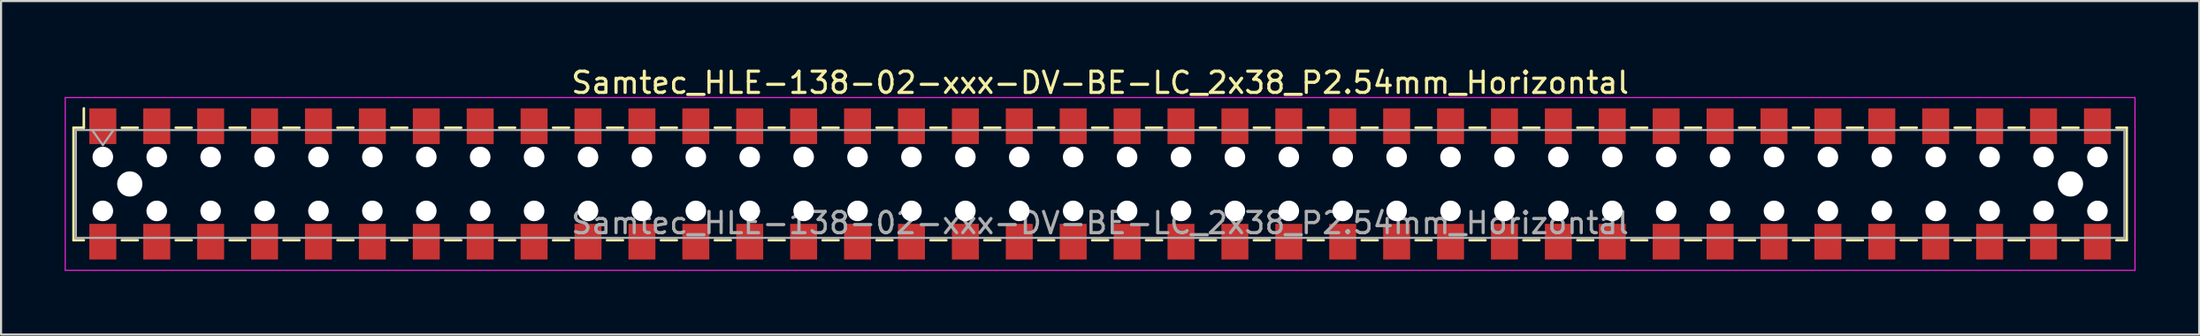
<source format=kicad_pcb>
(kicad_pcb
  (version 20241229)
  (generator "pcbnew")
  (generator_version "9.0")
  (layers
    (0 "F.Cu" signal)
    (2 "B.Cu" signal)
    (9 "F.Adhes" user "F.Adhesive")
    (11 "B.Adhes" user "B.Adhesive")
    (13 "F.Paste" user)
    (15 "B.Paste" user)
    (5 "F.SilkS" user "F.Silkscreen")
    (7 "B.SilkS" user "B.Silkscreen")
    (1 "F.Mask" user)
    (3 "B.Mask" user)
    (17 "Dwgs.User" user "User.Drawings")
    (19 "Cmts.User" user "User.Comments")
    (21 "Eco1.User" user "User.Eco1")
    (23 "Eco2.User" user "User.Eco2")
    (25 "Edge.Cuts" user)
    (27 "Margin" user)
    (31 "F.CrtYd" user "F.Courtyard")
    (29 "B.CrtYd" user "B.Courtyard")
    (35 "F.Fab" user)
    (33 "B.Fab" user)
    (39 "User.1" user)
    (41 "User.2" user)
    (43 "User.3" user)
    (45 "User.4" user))
  (footprint "Samtec_HLE-138-02-xxx-DV-BE-LC_2x38_P2.54mm_Horizontal"
    (layer "F.Cu")
    (at 48.785 5.618)
    (property "Reference" "Samtec_HLE-138-02-xxx-DV-BE-LC_2x38_P2.54mm_Horizontal" (at 0 -4.77 0) (layer "F.SilkS") (effects (font (size 1 1) (thickness 0.15))))
    (attr smd)
    (fp_line (start -48.37 -2.65) (end -48.37 2.65) (stroke (width 0.12) (type solid)) (layer "F.SilkS"))
    (fp_line (start -48.37 2.65) (end -47.885 2.65) (stroke (width 0.12) (type solid)) (layer "F.SilkS"))
    (fp_line (start -47.885 -3.56) (end -47.885 -2.65) (stroke (width 0.12) (type solid)) (layer "F.SilkS"))
    (fp_line (start -47.885 -2.65) (end -48.37 -2.65) (stroke (width 0.12) (type solid)) (layer "F.SilkS"))
    (fp_line (start -46.095 -2.65) (end -45.345 -2.65) (stroke (width 0.12) (type solid)) (layer "F.SilkS"))
    (fp_line (start -46.095 2.65) (end -45.345 2.65) (stroke (width 0.12) (type solid)) (layer "F.SilkS"))
    (fp_line (start -43.555 -2.65) (end -42.805 -2.65) (stroke (width 0.12) (type solid)) (layer "F.SilkS"))
    (fp_line (start -43.555 2.65) (end -42.805 2.65) (stroke (width 0.12) (type solid)) (layer "F.SilkS"))
    (fp_line (start -41.015 -2.65) (end -40.265 -2.65) (stroke (width 0.12) (type solid)) (layer "F.SilkS"))
    (fp_line (start -41.015 2.65) (end -40.265 2.65) (stroke (width 0.12) (type solid)) (layer "F.SilkS"))
    (fp_line (start -38.475 -2.65) (end -37.725 -2.65) (stroke (width 0.12) (type solid)) (layer "F.SilkS"))
    (fp_line (start -38.475 2.65) (end -37.725 2.65) (stroke (width 0.12) (type solid)) (layer "F.SilkS"))
    (fp_line (start -35.935 -2.65) (end -35.185 -2.65) (stroke (width 0.12) (type solid)) (layer "F.SilkS"))
    (fp_line (start -35.935 2.65) (end -35.185 2.65) (stroke (width 0.12) (type solid)) (layer "F.SilkS"))
    (fp_line (start -33.395 -2.65) (end -32.645 -2.65) (stroke (width 0.12) (type solid)) (layer "F.SilkS"))
    (fp_line (start -33.395 2.65) (end -32.645 2.65) (stroke (width 0.12) (type solid)) (layer "F.SilkS"))
    (fp_line (start -30.855 -2.65) (end -30.105 -2.65) (stroke (width 0.12) (type solid)) (layer "F.SilkS"))
    (fp_line (start -30.855 2.65) (end -30.105 2.65) (stroke (width 0.12) (type solid)) (layer "F.SilkS"))
    (fp_line (start -28.315 -2.65) (end -27.565 -2.65) (stroke (width 0.12) (type solid)) (layer "F.SilkS"))
    (fp_line (start -28.315 2.65) (end -27.565 2.65) (stroke (width 0.12) (type solid)) (layer "F.SilkS"))
    (fp_line (start -25.775 -2.65) (end -25.025 -2.65) (stroke (width 0.12) (type solid)) (layer "F.SilkS"))
    (fp_line (start -25.775 2.65) (end -25.025 2.65) (stroke (width 0.12) (type solid)) (layer "F.SilkS"))
    (fp_line (start -23.235 -2.65) (end -22.485 -2.65) (stroke (width 0.12) (type solid)) (layer "F.SilkS"))
    (fp_line (start -23.235 2.65) (end -22.485 2.65) (stroke (width 0.12) (type solid)) (layer "F.SilkS"))
    (fp_line (start -20.695 -2.65) (end -19.945 -2.65) (stroke (width 0.12) (type solid)) (layer "F.SilkS"))
    (fp_line (start -20.695 2.65) (end -19.945 2.65) (stroke (width 0.12) (type solid)) (layer "F.SilkS"))
    (fp_line (start -18.155 -2.65) (end -17.405 -2.65) (stroke (width 0.12) (type solid)) (layer "F.SilkS"))
    (fp_line (start -18.155 2.65) (end -17.405 2.65) (stroke (width 0.12) (type solid)) (layer "F.SilkS"))
    (fp_line (start -15.615 -2.65) (end -14.865 -2.65) (stroke (width 0.12) (type solid)) (layer "F.SilkS"))
    (fp_line (start -15.615 2.65) (end -14.865 2.65) (stroke (width 0.12) (type solid)) (layer "F.SilkS"))
    (fp_line (start -13.075 -2.65) (end -12.325 -2.65) (stroke (width 0.12) (type solid)) (layer "F.SilkS"))
    (fp_line (start -13.075 2.65) (end -12.325 2.65) (stroke (width 0.12) (type solid)) (layer "F.SilkS"))
    (fp_line (start -10.535 -2.65) (end -9.785 -2.65) (stroke (width 0.12) (type solid)) (layer "F.SilkS"))
    (fp_line (start -10.535 2.65) (end -9.785 2.65) (stroke (width 0.12) (type solid)) (layer "F.SilkS"))
    (fp_line (start -7.995 -2.65) (end -7.245 -2.65) (stroke (width 0.12) (type solid)) (layer "F.SilkS"))
    (fp_line (start -7.995 2.65) (end -7.245 2.65) (stroke (width 0.12) (type solid)) (layer "F.SilkS"))
    (fp_line (start -5.455 -2.65) (end -4.705 -2.65) (stroke (width 0.12) (type solid)) (layer "F.SilkS"))
    (fp_line (start -5.455 2.65) (end -4.705 2.65) (stroke (width 0.12) (type solid)) (layer "F.SilkS"))
    (fp_line (start -2.915 -2.65) (end -2.165 -2.65) (stroke (width 0.12) (type solid)) (layer "F.SilkS"))
    (fp_line (start -2.915 2.65) (end -2.165 2.65) (stroke (width 0.12) (type solid)) (layer "F.SilkS"))
    (fp_line (start -0.375 -2.65) (end 0.375 -2.65) (stroke (width 0.12) (type solid)) (layer "F.SilkS"))
    (fp_line (start -0.375 2.65) (end 0.375 2.65) (stroke (width 0.12) (type solid)) (layer "F.SilkS"))
    (fp_line (start 2.165 -2.65) (end 2.915 -2.65) (stroke (width 0.12) (type solid)) (layer "F.SilkS"))
    (fp_line (start 2.165 2.65) (end 2.915 2.65) (stroke (width 0.12) (type solid)) (layer "F.SilkS"))
    (fp_line (start 4.705 -2.65) (end 5.455 -2.65) (stroke (width 0.12) (type solid)) (layer "F.SilkS"))
    (fp_line (start 4.705 2.65) (end 5.455 2.65) (stroke (width 0.12) (type solid)) (layer "F.SilkS"))
    (fp_line (start 7.245 -2.65) (end 7.995 -2.65) (stroke (width 0.12) (type solid)) (layer "F.SilkS"))
    (fp_line (start 7.245 2.65) (end 7.995 2.65) (stroke (width 0.12) (type solid)) (layer "F.SilkS"))
    (fp_line (start 9.785 -2.65) (end 10.535 -2.65) (stroke (width 0.12) (type solid)) (layer "F.SilkS"))
    (fp_line (start 9.785 2.65) (end 10.535 2.65) (stroke (width 0.12) (type solid)) (layer "F.SilkS"))
    (fp_line (start 12.325 -2.65) (end 13.075 -2.65) (stroke (width 0.12) (type solid)) (layer "F.SilkS"))
    (fp_line (start 12.325 2.65) (end 13.075 2.65) (stroke (width 0.12) (type solid)) (layer "F.SilkS"))
    (fp_line (start 14.865 -2.65) (end 15.615 -2.65) (stroke (width 0.12) (type solid)) (layer "F.SilkS"))
    (fp_line (start 14.865 2.65) (end 15.615 2.65) (stroke (width 0.12) (type solid)) (layer "F.SilkS"))
    (fp_line (start 17.405 -2.65) (end 18.155 -2.65) (stroke (width 0.12) (type solid)) (layer "F.SilkS"))
    (fp_line (start 17.405 2.65) (end 18.155 2.65) (stroke (width 0.12) (type solid)) (layer "F.SilkS"))
    (fp_line (start 19.945 -2.65) (end 20.695 -2.65) (stroke (width 0.12) (type solid)) (layer "F.SilkS"))
    (fp_line (start 19.945 2.65) (end 20.695 2.65) (stroke (width 0.12) (type solid)) (layer "F.SilkS"))
    (fp_line (start 22.485 -2.65) (end 23.235 -2.65) (stroke (width 0.12) (type solid)) (layer "F.SilkS"))
    (fp_line (start 22.485 2.65) (end 23.235 2.65) (stroke (width 0.12) (type solid)) (layer "F.SilkS"))
    (fp_line (start 25.025 -2.65) (end 25.775 -2.65) (stroke (width 0.12) (type solid)) (layer "F.SilkS"))
    (fp_line (start 25.025 2.65) (end 25.775 2.65) (stroke (width 0.12) (type solid)) (layer "F.SilkS"))
    (fp_line (start 27.565 -2.65) (end 28.315 -2.65) (stroke (width 0.12) (type solid)) (layer "F.SilkS"))
    (fp_line (start 27.565 2.65) (end 28.315 2.65) (stroke (width 0.12) (type solid)) (layer "F.SilkS"))
    (fp_line (start 30.105 -2.65) (end 30.855 -2.65) (stroke (width 0.12) (type solid)) (layer "F.SilkS"))
    (fp_line (start 30.105 2.65) (end 30.855 2.65) (stroke (width 0.12) (type solid)) (layer "F.SilkS"))
    (fp_line (start 32.645 -2.65) (end 33.395 -2.65) (stroke (width 0.12) (type solid)) (layer "F.SilkS"))
    (fp_line (start 32.645 2.65) (end 33.395 2.65) (stroke (width 0.12) (type solid)) (layer "F.SilkS"))
    (fp_line (start 35.185 -2.65) (end 35.935 -2.65) (stroke (width 0.12) (type solid)) (layer "F.SilkS"))
    (fp_line (start 35.185 2.65) (end 35.935 2.65) (stroke (width 0.12) (type solid)) (layer "F.SilkS"))
    (fp_line (start 37.725 -2.65) (end 38.475 -2.65) (stroke (width 0.12) (type solid)) (layer "F.SilkS"))
    (fp_line (start 37.725 2.65) (end 38.475 2.65) (stroke (width 0.12) (type solid)) (layer "F.SilkS"))
    (fp_line (start 40.265 -2.65) (end 41.015 -2.65) (stroke (width 0.12) (type solid)) (layer "F.SilkS"))
    (fp_line (start 40.265 2.65) (end 41.015 2.65) (stroke (width 0.12) (type solid)) (layer "F.SilkS"))
    (fp_line (start 42.805 -2.65) (end 43.555 -2.65) (stroke (width 0.12) (type solid)) (layer "F.SilkS"))
    (fp_line (start 42.805 2.65) (end 43.555 2.65) (stroke (width 0.12) (type solid)) (layer "F.SilkS"))
    (fp_line (start 45.345 -2.65) (end 46.095 -2.65) (stroke (width 0.12) (type solid)) (layer "F.SilkS"))
    (fp_line (start 45.345 2.65) (end 46.095 2.65) (stroke (width 0.12) (type solid)) (layer "F.SilkS"))
    (fp_line (start 47.885 -2.65) (end 48.37 -2.65) (stroke (width 0.12) (type solid)) (layer "F.SilkS"))
    (fp_line (start 48.37 -2.65) (end 48.37 2.65) (stroke (width 0.12) (type solid)) (layer "F.SilkS"))
    (fp_line (start 48.37 2.65) (end 47.885 2.65) (stroke (width 0.12) (type solid)) (layer "F.SilkS"))
    (fp_line (start -48.76 -4.07) (end 48.76 -4.07) (stroke (width 0.05) (type solid)) (layer "F.CrtYd"))
    (fp_line (start -48.76 4.07) (end -48.76 -4.07) (stroke (width 0.05) (type solid)) (layer "F.CrtYd"))
    (fp_line (start 48.76 -4.07) (end 48.76 4.07) (stroke (width 0.05) (type solid)) (layer "F.CrtYd"))
    (fp_line (start 48.76 4.07) (end -48.76 4.07) (stroke (width 0.05) (type solid)) (layer "F.CrtYd"))
    (fp_line (start -48.26 -2.54) (end 48.26 -2.54) (stroke (width 0.1) (type solid)) (layer "F.Fab"))
    (fp_line (start -48.26 2.54) (end -48.26 -2.54) (stroke (width 0.1) (type solid)) (layer "F.Fab"))
    (fp_line (start -47.49 -2.54) (end -46.99 -1.833) (stroke (width 0.1) (type solid)) (layer "F.Fab"))
    (fp_line (start -46.99 -1.833) (end -46.49 -2.54) (stroke (width 0.1) (type solid)) (layer "F.Fab"))
    (fp_line (start 48.26 -2.54) (end 48.26 2.54) (stroke (width 0.1) (type solid)) (layer "F.Fab"))
    (fp_line (start 48.26 2.54) (end -48.26 2.54) (stroke (width 0.1) (type solid)) (layer "F.Fab"))
    (fp_text user "${REFERENCE}" (at 0 1.84 0) (layer "F.Fab") (effects (font (size 1 1) (thickness 0.15))))
    (pad "" np_thru_hole circle (at -46.99 -1.27) (size 0.97 0.97) (drill 0.97) (layers "*.Cu" "*.Mask"))
    (pad "" np_thru_hole circle (at -46.99 1.27) (size 0.97 0.97) (drill 0.97) (layers "*.Cu" "*.Mask"))
    (pad "" np_thru_hole circle (at -45.72 0) (size 1.19 1.19) (drill 1.19) (layers "*.Cu" "*.Mask"))
    (pad "" np_thru_hole circle (at -44.45 -1.27) (size 0.97 0.97) (drill 0.97) (layers "*.Cu" "*.Mask"))
    (pad "" np_thru_hole circle (at -44.45 1.27) (size 0.97 0.97) (drill 0.97) (layers "*.Cu" "*.Mask"))
    (pad "" np_thru_hole circle (at -41.91 -1.27) (size 0.97 0.97) (drill 0.97) (layers "*.Cu" "*.Mask"))
    (pad "" np_thru_hole circle (at -41.91 1.27) (size 0.97 0.97) (drill 0.97) (layers "*.Cu" "*.Mask"))
    (pad "" np_thru_hole circle (at -39.37 -1.27) (size 0.97 0.97) (drill 0.97) (layers "*.Cu" "*.Mask"))
    (pad "" np_thru_hole circle (at -39.37 1.27) (size 0.97 0.97) (drill 0.97) (layers "*.Cu" "*.Mask"))
    (pad "" np_thru_hole circle (at -36.83 -1.27) (size 0.97 0.97) (drill 0.97) (layers "*.Cu" "*.Mask"))
    (pad "" np_thru_hole circle (at -36.83 1.27) (size 0.97 0.97) (drill 0.97) (layers "*.Cu" "*.Mask"))
    (pad "" np_thru_hole circle (at -34.29 -1.27) (size 0.97 0.97) (drill 0.97) (layers "*.Cu" "*.Mask"))
    (pad "" np_thru_hole circle (at -34.29 1.27) (size 0.97 0.97) (drill 0.97) (layers "*.Cu" "*.Mask"))
    (pad "" np_thru_hole circle (at -31.75 -1.27) (size 0.97 0.97) (drill 0.97) (layers "*.Cu" "*.Mask"))
    (pad "" np_thru_hole circle (at -31.75 1.27) (size 0.97 0.97) (drill 0.97) (layers "*.Cu" "*.Mask"))
    (pad "" np_thru_hole circle (at -29.21 -1.27) (size 0.97 0.97) (drill 0.97) (layers "*.Cu" "*.Mask"))
    (pad "" np_thru_hole circle (at -29.21 1.27) (size 0.97 0.97) (drill 0.97) (layers "*.Cu" "*.Mask"))
    (pad "" np_thru_hole circle (at -26.67 -1.27) (size 0.97 0.97) (drill 0.97) (layers "*.Cu" "*.Mask"))
    (pad "" np_thru_hole circle (at -26.67 1.27) (size 0.97 0.97) (drill 0.97) (layers "*.Cu" "*.Mask"))
    (pad "" np_thru_hole circle (at -24.13 -1.27) (size 0.97 0.97) (drill 0.97) (layers "*.Cu" "*.Mask"))
    (pad "" np_thru_hole circle (at -24.13 1.27) (size 0.97 0.97) (drill 0.97) (layers "*.Cu" "*.Mask"))
    (pad "" np_thru_hole circle (at -21.59 -1.27) (size 0.97 0.97) (drill 0.97) (layers "*.Cu" "*.Mask"))
    (pad "" np_thru_hole circle (at -21.59 1.27) (size 0.97 0.97) (drill 0.97) (layers "*.Cu" "*.Mask"))
    (pad "" np_thru_hole circle (at -19.05 -1.27) (size 0.97 0.97) (drill 0.97) (layers "*.Cu" "*.Mask"))
    (pad "" np_thru_hole circle (at -19.05 1.27) (size 0.97 0.97) (drill 0.97) (layers "*.Cu" "*.Mask"))
    (pad "" np_thru_hole circle (at -16.51 -1.27) (size 0.97 0.97) (drill 0.97) (layers "*.Cu" "*.Mask"))
    (pad "" np_thru_hole circle (at -16.51 1.27) (size 0.97 0.97) (drill 0.97) (layers "*.Cu" "*.Mask"))
    (pad "" np_thru_hole circle (at -13.97 -1.27) (size 0.97 0.97) (drill 0.97) (layers "*.Cu" "*.Mask"))
    (pad "" np_thru_hole circle (at -13.97 1.27) (size 0.97 0.97) (drill 0.97) (layers "*.Cu" "*.Mask"))
    (pad "" np_thru_hole circle (at -11.43 -1.27) (size 0.97 0.97) (drill 0.97) (layers "*.Cu" "*.Mask"))
    (pad "" np_thru_hole circle (at -11.43 1.27) (size 0.97 0.97) (drill 0.97) (layers "*.Cu" "*.Mask"))
    (pad "" np_thru_hole circle (at -8.89 -1.27) (size 0.97 0.97) (drill 0.97) (layers "*.Cu" "*.Mask"))
    (pad "" np_thru_hole circle (at -8.89 1.27) (size 0.97 0.97) (drill 0.97) (layers "*.Cu" "*.Mask"))
    (pad "" np_thru_hole circle (at -6.35 -1.27) (size 0.97 0.97) (drill 0.97) (layers "*.Cu" "*.Mask"))
    (pad "" np_thru_hole circle (at -6.35 1.27) (size 0.97 0.97) (drill 0.97) (layers "*.Cu" "*.Mask"))
    (pad "" np_thru_hole circle (at -3.81 -1.27) (size 0.97 0.97) (drill 0.97) (layers "*.Cu" "*.Mask"))
    (pad "" np_thru_hole circle (at -3.81 1.27) (size 0.97 0.97) (drill 0.97) (layers "*.Cu" "*.Mask"))
    (pad "" np_thru_hole circle (at -1.27 -1.27) (size 0.97 0.97) (drill 0.97) (layers "*.Cu" "*.Mask"))
    (pad "" np_thru_hole circle (at -1.27 1.27) (size 0.97 0.97) (drill 0.97) (layers "*.Cu" "*.Mask"))
    (pad "" np_thru_hole circle (at 1.27 -1.27) (size 0.97 0.97) (drill 0.97) (layers "*.Cu" "*.Mask"))
    (pad "" np_thru_hole circle (at 1.27 1.27) (size 0.97 0.97) (drill 0.97) (layers "*.Cu" "*.Mask"))
    (pad "" np_thru_hole circle (at 3.81 -1.27) (size 0.97 0.97) (drill 0.97) (layers "*.Cu" "*.Mask"))
    (pad "" np_thru_hole circle (at 3.81 1.27) (size 0.97 0.97) (drill 0.97) (layers "*.Cu" "*.Mask"))
    (pad "" np_thru_hole circle (at 6.35 -1.27) (size 0.97 0.97) (drill 0.97) (layers "*.Cu" "*.Mask"))
    (pad "" np_thru_hole circle (at 6.35 1.27) (size 0.97 0.97) (drill 0.97) (layers "*.Cu" "*.Mask"))
    (pad "" np_thru_hole circle (at 8.89 -1.27) (size 0.97 0.97) (drill 0.97) (layers "*.Cu" "*.Mask"))
    (pad "" np_thru_hole circle (at 8.89 1.27) (size 0.97 0.97) (drill 0.97) (layers "*.Cu" "*.Mask"))
    (pad "" np_thru_hole circle (at 11.43 -1.27) (size 0.97 0.97) (drill 0.97) (layers "*.Cu" "*.Mask"))
    (pad "" np_thru_hole circle (at 11.43 1.27) (size 0.97 0.97) (drill 0.97) (layers "*.Cu" "*.Mask"))
    (pad "" np_thru_hole circle (at 13.97 -1.27) (size 0.97 0.97) (drill 0.97) (layers "*.Cu" "*.Mask"))
    (pad "" np_thru_hole circle (at 13.97 1.27) (size 0.97 0.97) (drill 0.97) (layers "*.Cu" "*.Mask"))
    (pad "" np_thru_hole circle (at 16.51 -1.27) (size 0.97 0.97) (drill 0.97) (layers "*.Cu" "*.Mask"))
    (pad "" np_thru_hole circle (at 16.51 1.27) (size 0.97 0.97) (drill 0.97) (layers "*.Cu" "*.Mask"))
    (pad "" np_thru_hole circle (at 19.05 -1.27) (size 0.97 0.97) (drill 0.97) (layers "*.Cu" "*.Mask"))
    (pad "" np_thru_hole circle (at 19.05 1.27) (size 0.97 0.97) (drill 0.97) (layers "*.Cu" "*.Mask"))
    (pad "" np_thru_hole circle (at 21.59 -1.27) (size 0.97 0.97) (drill 0.97) (layers "*.Cu" "*.Mask"))
    (pad "" np_thru_hole circle (at 21.59 1.27) (size 0.97 0.97) (drill 0.97) (layers "*.Cu" "*.Mask"))
    (pad "" np_thru_hole circle (at 24.13 -1.27) (size 0.97 0.97) (drill 0.97) (layers "*.Cu" "*.Mask"))
    (pad "" np_thru_hole circle (at 24.13 1.27) (size 0.97 0.97) (drill 0.97) (layers "*.Cu" "*.Mask"))
    (pad "" np_thru_hole circle (at 26.67 -1.27) (size 0.97 0.97) (drill 0.97) (layers "*.Cu" "*.Mask"))
    (pad "" np_thru_hole circle (at 26.67 1.27) (size 0.97 0.97) (drill 0.97) (layers "*.Cu" "*.Mask"))
    (pad "" np_thru_hole circle (at 29.21 -1.27) (size 0.97 0.97) (drill 0.97) (layers "*.Cu" "*.Mask"))
    (pad "" np_thru_hole circle (at 29.21 1.27) (size 0.97 0.97) (drill 0.97) (layers "*.Cu" "*.Mask"))
    (pad "" np_thru_hole circle (at 31.75 -1.27) (size 0.97 0.97) (drill 0.97) (layers "*.Cu" "*.Mask"))
    (pad "" np_thru_hole circle (at 31.75 1.27) (size 0.97 0.97) (drill 0.97) (layers "*.Cu" "*.Mask"))
    (pad "" np_thru_hole circle (at 34.29 -1.27) (size 0.97 0.97) (drill 0.97) (layers "*.Cu" "*.Mask"))
    (pad "" np_thru_hole circle (at 34.29 1.27) (size 0.97 0.97) (drill 0.97) (layers "*.Cu" "*.Mask"))
    (pad "" np_thru_hole circle (at 36.83 -1.27) (size 0.97 0.97) (drill 0.97) (layers "*.Cu" "*.Mask"))
    (pad "" np_thru_hole circle (at 36.83 1.27) (size 0.97 0.97) (drill 0.97) (layers "*.Cu" "*.Mask"))
    (pad "" np_thru_hole circle (at 39.37 -1.27) (size 0.97 0.97) (drill 0.97) (layers "*.Cu" "*.Mask"))
    (pad "" np_thru_hole circle (at 39.37 1.27) (size 0.97 0.97) (drill 0.97) (layers "*.Cu" "*.Mask"))
    (pad "" np_thru_hole circle (at 41.91 -1.27) (size 0.97 0.97) (drill 0.97) (layers "*.Cu" "*.Mask"))
    (pad "" np_thru_hole circle (at 41.91 1.27) (size 0.97 0.97) (drill 0.97) (layers "*.Cu" "*.Mask"))
    (pad "" np_thru_hole circle (at 44.45 -1.27) (size 0.97 0.97) (drill 0.97) (layers "*.Cu" "*.Mask"))
    (pad "" np_thru_hole circle (at 44.45 1.27) (size 0.97 0.97) (drill 0.97) (layers "*.Cu" "*.Mask"))
    (pad "" np_thru_hole circle (at 45.72 0) (size 1.19 1.19) (drill 1.19) (layers "*.Cu" "*.Mask"))
    (pad "" np_thru_hole circle (at 46.99 -1.27) (size 0.97 0.97) (drill 0.97) (layers "*.Cu" "*.Mask"))
    (pad "" np_thru_hole circle (at 46.99 1.27) (size 0.97 0.97) (drill 0.97) (layers "*.Cu" "*.Mask"))
    (pad "1" smd rect (at -46.99 -2.72) (size 1.27 1.68) (layers "F.Cu" "F.Mask" "F.Paste"))
    (pad "2" smd rect (at -46.99 2.72) (size 1.27 1.68) (layers "F.Cu" "F.Mask" "F.Paste"))
    (pad "3" smd rect (at -44.45 -2.72) (size 1.27 1.68) (layers "F.Cu" "F.Mask" "F.Paste"))
    (pad "4" smd rect (at -44.45 2.72) (size 1.27 1.68) (layers "F.Cu" "F.Mask" "F.Paste"))
    (pad "5" smd rect (at -41.91 -2.72) (size 1.27 1.68) (layers "F.Cu" "F.Mask" "F.Paste"))
    (pad "6" smd rect (at -41.91 2.72) (size 1.27 1.68) (layers "F.Cu" "F.Mask" "F.Paste"))
    (pad "7" smd rect (at -39.37 -2.72) (size 1.27 1.68) (layers "F.Cu" "F.Mask" "F.Paste"))
    (pad "8" smd rect (at -39.37 2.72) (size 1.27 1.68) (layers "F.Cu" "F.Mask" "F.Paste"))
    (pad "9" smd rect (at -36.83 -2.72) (size 1.27 1.68) (layers "F.Cu" "F.Mask" "F.Paste"))
    (pad "10" smd rect (at -36.83 2.72) (size 1.27 1.68) (layers "F.Cu" "F.Mask" "F.Paste"))
    (pad "11" smd rect (at -34.29 -2.72) (size 1.27 1.68) (layers "F.Cu" "F.Mask" "F.Paste"))
    (pad "12" smd rect (at -34.29 2.72) (size 1.27 1.68) (layers "F.Cu" "F.Mask" "F.Paste"))
    (pad "13" smd rect (at -31.75 -2.72) (size 1.27 1.68) (layers "F.Cu" "F.Mask" "F.Paste"))
    (pad "14" smd rect (at -31.75 2.72) (size 1.27 1.68) (layers "F.Cu" "F.Mask" "F.Paste"))
    (pad "15" smd rect (at -29.21 -2.72) (size 1.27 1.68) (layers "F.Cu" "F.Mask" "F.Paste"))
    (pad "16" smd rect (at -29.21 2.72) (size 1.27 1.68) (layers "F.Cu" "F.Mask" "F.Paste"))
    (pad "17" smd rect (at -26.67 -2.72) (size 1.27 1.68) (layers "F.Cu" "F.Mask" "F.Paste"))
    (pad "18" smd rect (at -26.67 2.72) (size 1.27 1.68) (layers "F.Cu" "F.Mask" "F.Paste"))
    (pad "19" smd rect (at -24.13 -2.72) (size 1.27 1.68) (layers "F.Cu" "F.Mask" "F.Paste"))
    (pad "20" smd rect (at -24.13 2.72) (size 1.27 1.68) (layers "F.Cu" "F.Mask" "F.Paste"))
    (pad "21" smd rect (at -21.59 -2.72) (size 1.27 1.68) (layers "F.Cu" "F.Mask" "F.Paste"))
    (pad "22" smd rect (at -21.59 2.72) (size 1.27 1.68) (layers "F.Cu" "F.Mask" "F.Paste"))
    (pad "23" smd rect (at -19.05 -2.72) (size 1.27 1.68) (layers "F.Cu" "F.Mask" "F.Paste"))
    (pad "24" smd rect (at -19.05 2.72) (size 1.27 1.68) (layers "F.Cu" "F.Mask" "F.Paste"))
    (pad "25" smd rect (at -16.51 -2.72) (size 1.27 1.68) (layers "F.Cu" "F.Mask" "F.Paste"))
    (pad "26" smd rect (at -16.51 2.72) (size 1.27 1.68) (layers "F.Cu" "F.Mask" "F.Paste"))
    (pad "27" smd rect (at -13.97 -2.72) (size 1.27 1.68) (layers "F.Cu" "F.Mask" "F.Paste"))
    (pad "28" smd rect (at -13.97 2.72) (size 1.27 1.68) (layers "F.Cu" "F.Mask" "F.Paste"))
    (pad "29" smd rect (at -11.43 -2.72) (size 1.27 1.68) (layers "F.Cu" "F.Mask" "F.Paste"))
    (pad "30" smd rect (at -11.43 2.72) (size 1.27 1.68) (layers "F.Cu" "F.Mask" "F.Paste"))
    (pad "31" smd rect (at -8.89 -2.72) (size 1.27 1.68) (layers "F.Cu" "F.Mask" "F.Paste"))
    (pad "32" smd rect (at -8.89 2.72) (size 1.27 1.68) (layers "F.Cu" "F.Mask" "F.Paste"))
    (pad "33" smd rect (at -6.35 -2.72) (size 1.27 1.68) (layers "F.Cu" "F.Mask" "F.Paste"))
    (pad "34" smd rect (at -6.35 2.72) (size 1.27 1.68) (layers "F.Cu" "F.Mask" "F.Paste"))
    (pad "35" smd rect (at -3.81 -2.72) (size 1.27 1.68) (layers "F.Cu" "F.Mask" "F.Paste"))
    (pad "36" smd rect (at -3.81 2.72) (size 1.27 1.68) (layers "F.Cu" "F.Mask" "F.Paste"))
    (pad "37" smd rect (at -1.27 -2.72) (size 1.27 1.68) (layers "F.Cu" "F.Mask" "F.Paste"))
    (pad "38" smd rect (at -1.27 2.72) (size 1.27 1.68) (layers "F.Cu" "F.Mask" "F.Paste"))
    (pad "39" smd rect (at 1.27 -2.72) (size 1.27 1.68) (layers "F.Cu" "F.Mask" "F.Paste"))
    (pad "40" smd rect (at 1.27 2.72) (size 1.27 1.68) (layers "F.Cu" "F.Mask" "F.Paste"))
    (pad "41" smd rect (at 3.81 -2.72) (size 1.27 1.68) (layers "F.Cu" "F.Mask" "F.Paste"))
    (pad "42" smd rect (at 3.81 2.72) (size 1.27 1.68) (layers "F.Cu" "F.Mask" "F.Paste"))
    (pad "43" smd rect (at 6.35 -2.72) (size 1.27 1.68) (layers "F.Cu" "F.Mask" "F.Paste"))
    (pad "44" smd rect (at 6.35 2.72) (size 1.27 1.68) (layers "F.Cu" "F.Mask" "F.Paste"))
    (pad "45" smd rect (at 8.89 -2.72) (size 1.27 1.68) (layers "F.Cu" "F.Mask" "F.Paste"))
    (pad "46" smd rect (at 8.89 2.72) (size 1.27 1.68) (layers "F.Cu" "F.Mask" "F.Paste"))
    (pad "47" smd rect (at 11.43 -2.72) (size 1.27 1.68) (layers "F.Cu" "F.Mask" "F.Paste"))
    (pad "48" smd rect (at 11.43 2.72) (size 1.27 1.68) (layers "F.Cu" "F.Mask" "F.Paste"))
    (pad "49" smd rect (at 13.97 -2.72) (size 1.27 1.68) (layers "F.Cu" "F.Mask" "F.Paste"))
    (pad "50" smd rect (at 13.97 2.72) (size 1.27 1.68) (layers "F.Cu" "F.Mask" "F.Paste"))
    (pad "51" smd rect (at 16.51 -2.72) (size 1.27 1.68) (layers "F.Cu" "F.Mask" "F.Paste"))
    (pad "52" smd rect (at 16.51 2.72) (size 1.27 1.68) (layers "F.Cu" "F.Mask" "F.Paste"))
    (pad "53" smd rect (at 19.05 -2.72) (size 1.27 1.68) (layers "F.Cu" "F.Mask" "F.Paste"))
    (pad "54" smd rect (at 19.05 2.72) (size 1.27 1.68) (layers "F.Cu" "F.Mask" "F.Paste"))
    (pad "55" smd rect (at 21.59 -2.72) (size 1.27 1.68) (layers "F.Cu" "F.Mask" "F.Paste"))
    (pad "56" smd rect (at 21.59 2.72) (size 1.27 1.68) (layers "F.Cu" "F.Mask" "F.Paste"))
    (pad "57" smd rect (at 24.13 -2.72) (size 1.27 1.68) (layers "F.Cu" "F.Mask" "F.Paste"))
    (pad "58" smd rect (at 24.13 2.72) (size 1.27 1.68) (layers "F.Cu" "F.Mask" "F.Paste"))
    (pad "59" smd rect (at 26.67 -2.72) (size 1.27 1.68) (layers "F.Cu" "F.Mask" "F.Paste"))
    (pad "60" smd rect (at 26.67 2.72) (size 1.27 1.68) (layers "F.Cu" "F.Mask" "F.Paste"))
    (pad "61" smd rect (at 29.21 -2.72) (size 1.27 1.68) (layers "F.Cu" "F.Mask" "F.Paste"))
    (pad "62" smd rect (at 29.21 2.72) (size 1.27 1.68) (layers "F.Cu" "F.Mask" "F.Paste"))
    (pad "63" smd rect (at 31.75 -2.72) (size 1.27 1.68) (layers "F.Cu" "F.Mask" "F.Paste"))
    (pad "64" smd rect (at 31.75 2.72) (size 1.27 1.68) (layers "F.Cu" "F.Mask" "F.Paste"))
    (pad "65" smd rect (at 34.29 -2.72) (size 1.27 1.68) (layers "F.Cu" "F.Mask" "F.Paste"))
    (pad "66" smd rect (at 34.29 2.72) (size 1.27 1.68) (layers "F.Cu" "F.Mask" "F.Paste"))
    (pad "67" smd rect (at 36.83 -2.72) (size 1.27 1.68) (layers "F.Cu" "F.Mask" "F.Paste"))
    (pad "68" smd rect (at 36.83 2.72) (size 1.27 1.68) (layers "F.Cu" "F.Mask" "F.Paste"))
    (pad "69" smd rect (at 39.37 -2.72) (size 1.27 1.68) (layers "F.Cu" "F.Mask" "F.Paste"))
    (pad "70" smd rect (at 39.37 2.72) (size 1.27 1.68) (layers "F.Cu" "F.Mask" "F.Paste"))
    (pad "71" smd rect (at 41.91 -2.72) (size 1.27 1.68) (layers "F.Cu" "F.Mask" "F.Paste"))
    (pad "72" smd rect (at 41.91 2.72) (size 1.27 1.68) (layers "F.Cu" "F.Mask" "F.Paste"))
    (pad "73" smd rect (at 44.45 -2.72) (size 1.27 1.68) (layers "F.Cu" "F.Mask" "F.Paste"))
    (pad "74" smd rect (at 44.45 2.72) (size 1.27 1.68) (layers "F.Cu" "F.Mask" "F.Paste"))
    (pad "75" smd rect (at 46.99 -2.72) (size 1.27 1.68) (layers "F.Cu" "F.Mask" "F.Paste"))
    (pad "76" smd rect (at 46.99 2.72) (size 1.27 1.68) (layers "F.Cu" "F.Mask" "F.Paste")))
  (gr_rect
    (start -3 -3)
    (end 100.57 12.713)
    (stroke (width 0.1) (type default))
    (fill no)
    (layer "Edge.Cuts")))
</source>
